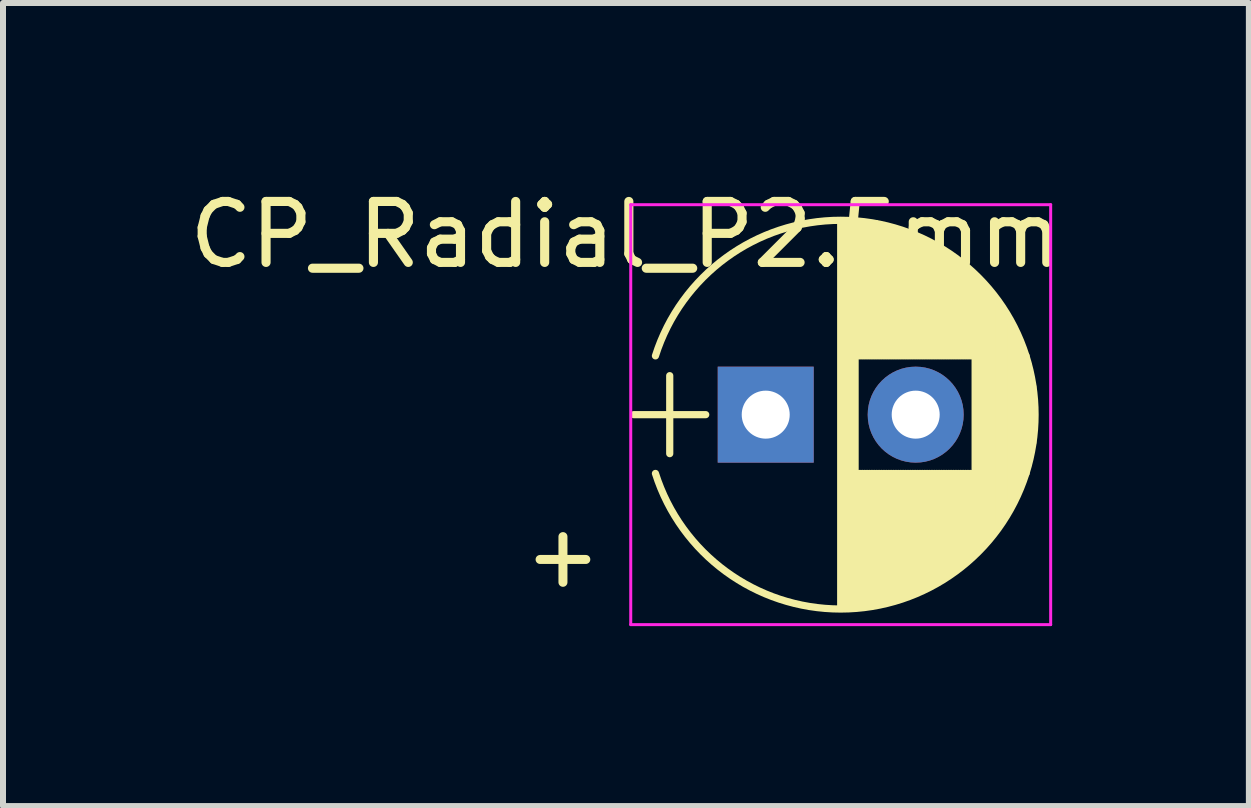
<source format=kicad_pcb>
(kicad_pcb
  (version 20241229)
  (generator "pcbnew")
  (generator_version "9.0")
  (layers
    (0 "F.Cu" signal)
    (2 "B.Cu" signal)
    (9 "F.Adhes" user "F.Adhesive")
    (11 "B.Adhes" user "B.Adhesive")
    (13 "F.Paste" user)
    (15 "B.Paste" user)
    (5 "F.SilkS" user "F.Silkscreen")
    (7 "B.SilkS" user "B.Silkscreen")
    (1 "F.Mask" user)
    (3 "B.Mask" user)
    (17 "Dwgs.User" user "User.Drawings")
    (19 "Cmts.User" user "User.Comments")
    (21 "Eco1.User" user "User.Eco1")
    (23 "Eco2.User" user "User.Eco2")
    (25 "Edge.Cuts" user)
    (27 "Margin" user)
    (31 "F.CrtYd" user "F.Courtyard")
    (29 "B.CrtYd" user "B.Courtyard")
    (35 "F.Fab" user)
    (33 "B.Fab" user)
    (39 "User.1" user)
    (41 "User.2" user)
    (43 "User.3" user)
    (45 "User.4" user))
  (footprint "CP_Radial_P2.5mm"
    (layer "F.Cu")
    (at 9.714 3.862)
    (property "Reference" "CP_Radial_P2.5mm" (at -2.33 -3 0) (layer "F.SilkS") (effects (font (size 1.016 1.016) (thickness 0.152))))
    (attr through_hole)
    (fp_line (start -2.2 0) (end -1 0) (stroke (width 0.12) (type solid)) (layer "F.SilkS"))
    (fp_line (start -1.6 -0.65) (end -1.6 0.65) (stroke (width 0.12) (type solid)) (layer "F.SilkS"))
    (fp_line (start 1.25 -3.2) (end 1.25 3.2) (stroke (width 0.12) (type solid)) (layer "F.SilkS"))
    (fp_line (start 1.29 -3.2) (end 1.29 3.2) (stroke (width 0.12) (type solid)) (layer "F.SilkS"))
    (fp_line (start 1.33 -3.2) (end 1.33 3.2) (stroke (width 0.12) (type solid)) (layer "F.SilkS"))
    (fp_line (start 1.37 -3.198) (end 1.37 3.198) (stroke (width 0.12) (type solid)) (layer "F.SilkS"))
    (fp_line (start 1.41 -3.197) (end 1.41 3.197) (stroke (width 0.12) (type solid)) (layer "F.SilkS"))
    (fp_line (start 1.45 -3.194) (end 1.45 3.194) (stroke (width 0.12) (type solid)) (layer "F.SilkS"))
    (fp_line (start 1.49 -3.192) (end 1.49 3.192) (stroke (width 0.12) (type solid)) (layer "F.SilkS"))
    (fp_line (start 1.53 -3.188) (end 1.53 -0.98) (stroke (width 0.12) (type solid)) (layer "F.SilkS"))
    (fp_line (start 1.53 0.98) (end 1.53 3.188) (stroke (width 0.12) (type solid)) (layer "F.SilkS"))
    (fp_line (start 1.57 -3.185) (end 1.57 -0.98) (stroke (width 0.12) (type solid)) (layer "F.SilkS"))
    (fp_line (start 1.57 0.98) (end 1.57 3.185) (stroke (width 0.12) (type solid)) (layer "F.SilkS"))
    (fp_line (start 1.61 -3.18) (end 1.61 -0.98) (stroke (width 0.12) (type solid)) (layer "F.SilkS"))
    (fp_line (start 1.61 0.98) (end 1.61 3.18) (stroke (width 0.12) (type solid)) (layer "F.SilkS"))
    (fp_line (start 1.65 -3.176) (end 1.65 -0.98) (stroke (width 0.12) (type solid)) (layer "F.SilkS"))
    (fp_line (start 1.65 0.98) (end 1.65 3.176) (stroke (width 0.12) (type solid)) (layer "F.SilkS"))
    (fp_line (start 1.69 -3.17) (end 1.69 -0.98) (stroke (width 0.12) (type solid)) (layer "F.SilkS"))
    (fp_line (start 1.69 0.98) (end 1.69 3.17) (stroke (width 0.12) (type solid)) (layer "F.SilkS"))
    (fp_line (start 1.73 -3.165) (end 1.73 -0.98) (stroke (width 0.12) (type solid)) (layer "F.SilkS"))
    (fp_line (start 1.73 0.98) (end 1.73 3.165) (stroke (width 0.12) (type solid)) (layer "F.SilkS"))
    (fp_line (start 1.77 -3.158) (end 1.77 -0.98) (stroke (width 0.12) (type solid)) (layer "F.SilkS"))
    (fp_line (start 1.77 0.98) (end 1.77 3.158) (stroke (width 0.12) (type solid)) (layer "F.SilkS"))
    (fp_line (start 1.81 -3.152) (end 1.81 -0.98) (stroke (width 0.12) (type solid)) (layer "F.SilkS"))
    (fp_line (start 1.81 0.98) (end 1.81 3.152) (stroke (width 0.12) (type solid)) (layer "F.SilkS"))
    (fp_line (start 1.85 -3.144) (end 1.85 -0.98) (stroke (width 0.12) (type solid)) (layer "F.SilkS"))
    (fp_line (start 1.85 0.98) (end 1.85 3.144) (stroke (width 0.12) (type solid)) (layer "F.SilkS"))
    (fp_line (start 1.89 -3.137) (end 1.89 -0.98) (stroke (width 0.12) (type solid)) (layer "F.SilkS"))
    (fp_line (start 1.89 0.98) (end 1.89 3.137) (stroke (width 0.12) (type solid)) (layer "F.SilkS"))
    (fp_line (start 1.93 -3.128) (end 1.93 -0.98) (stroke (width 0.12) (type solid)) (layer "F.SilkS"))
    (fp_line (start 1.93 0.98) (end 1.93 3.128) (stroke (width 0.12) (type solid)) (layer "F.SilkS"))
    (fp_line (start 1.971 -3.119) (end 1.971 -0.98) (stroke (width 0.12) (type solid)) (layer "F.SilkS"))
    (fp_line (start 1.971 0.98) (end 1.971 3.119) (stroke (width 0.12) (type solid)) (layer "F.SilkS"))
    (fp_line (start 2.011 -3.11) (end 2.011 -0.98) (stroke (width 0.12) (type solid)) (layer "F.SilkS"))
    (fp_line (start 2.011 0.98) (end 2.011 3.11) (stroke (width 0.12) (type solid)) (layer "F.SilkS"))
    (fp_line (start 2.051 -3.1) (end 2.051 -0.98) (stroke (width 0.12) (type solid)) (layer "F.SilkS"))
    (fp_line (start 2.051 0.98) (end 2.051 3.1) (stroke (width 0.12) (type solid)) (layer "F.SilkS"))
    (fp_line (start 2.091 -3.09) (end 2.091 -0.98) (stroke (width 0.12) (type solid)) (layer "F.SilkS"))
    (fp_line (start 2.091 0.98) (end 2.091 3.09) (stroke (width 0.12) (type solid)) (layer "F.SilkS"))
    (fp_line (start 2.131 -3.079) (end 2.131 -0.98) (stroke (width 0.12) (type solid)) (layer "F.SilkS"))
    (fp_line (start 2.131 0.98) (end 2.131 3.079) (stroke (width 0.12) (type solid)) (layer "F.SilkS"))
    (fp_line (start 2.171 -3.067) (end 2.171 -0.98) (stroke (width 0.12) (type solid)) (layer "F.SilkS"))
    (fp_line (start 2.171 0.98) (end 2.171 3.067) (stroke (width 0.12) (type solid)) (layer "F.SilkS"))
    (fp_line (start 2.211 -3.055) (end 2.211 -0.98) (stroke (width 0.12) (type solid)) (layer "F.SilkS"))
    (fp_line (start 2.211 0.98) (end 2.211 3.055) (stroke (width 0.12) (type solid)) (layer "F.SilkS"))
    (fp_line (start 2.251 -3.042) (end 2.251 -0.98) (stroke (width 0.12) (type solid)) (layer "F.SilkS"))
    (fp_line (start 2.251 0.98) (end 2.251 3.042) (stroke (width 0.12) (type solid)) (layer "F.SilkS"))
    (fp_line (start 2.291 -3.029) (end 2.291 -0.98) (stroke (width 0.12) (type solid)) (layer "F.SilkS"))
    (fp_line (start 2.291 0.98) (end 2.291 3.029) (stroke (width 0.12) (type solid)) (layer "F.SilkS"))
    (fp_line (start 2.331 -3.015) (end 2.331 -0.98) (stroke (width 0.12) (type solid)) (layer "F.SilkS"))
    (fp_line (start 2.331 0.98) (end 2.331 3.015) (stroke (width 0.12) (type solid)) (layer "F.SilkS"))
    (fp_line (start 2.371 -3.001) (end 2.371 -0.98) (stroke (width 0.12) (type solid)) (layer "F.SilkS"))
    (fp_line (start 2.371 0.98) (end 2.371 3.001) (stroke (width 0.12) (type solid)) (layer "F.SilkS"))
    (fp_line (start 2.411 -2.986) (end 2.411 -0.98) (stroke (width 0.12) (type solid)) (layer "F.SilkS"))
    (fp_line (start 2.411 0.98) (end 2.411 2.986) (stroke (width 0.12) (type solid)) (layer "F.SilkS"))
    (fp_line (start 2.451 -2.97) (end 2.451 -0.98) (stroke (width 0.12) (type solid)) (layer "F.SilkS"))
    (fp_line (start 2.451 0.98) (end 2.451 2.97) (stroke (width 0.12) (type solid)) (layer "F.SilkS"))
    (fp_line (start 2.491 -2.954) (end 2.491 -0.98) (stroke (width 0.12) (type solid)) (layer "F.SilkS"))
    (fp_line (start 2.491 0.98) (end 2.491 2.954) (stroke (width 0.12) (type solid)) (layer "F.SilkS"))
    (fp_line (start 2.531 -2.937) (end 2.531 -0.98) (stroke (width 0.12) (type solid)) (layer "F.SilkS"))
    (fp_line (start 2.531 0.98) (end 2.531 2.937) (stroke (width 0.12) (type solid)) (layer "F.SilkS"))
    (fp_line (start 2.571 -2.919) (end 2.571 -0.98) (stroke (width 0.12) (type solid)) (layer "F.SilkS"))
    (fp_line (start 2.571 0.98) (end 2.571 2.919) (stroke (width 0.12) (type solid)) (layer "F.SilkS"))
    (fp_line (start 2.611 -2.901) (end 2.611 -0.98) (stroke (width 0.12) (type solid)) (layer "F.SilkS"))
    (fp_line (start 2.611 0.98) (end 2.611 2.901) (stroke (width 0.12) (type solid)) (layer "F.SilkS"))
    (fp_line (start 2.651 -2.882) (end 2.651 -0.98) (stroke (width 0.12) (type solid)) (layer "F.SilkS"))
    (fp_line (start 2.651 0.98) (end 2.651 2.882) (stroke (width 0.12) (type solid)) (layer "F.SilkS"))
    (fp_line (start 2.691 -2.863) (end 2.691 -0.98) (stroke (width 0.12) (type solid)) (layer "F.SilkS"))
    (fp_line (start 2.691 0.98) (end 2.691 2.863) (stroke (width 0.12) (type solid)) (layer "F.SilkS"))
    (fp_line (start 2.731 -2.843) (end 2.731 -0.98) (stroke (width 0.12) (type solid)) (layer "F.SilkS"))
    (fp_line (start 2.731 0.98) (end 2.731 2.843) (stroke (width 0.12) (type solid)) (layer "F.SilkS"))
    (fp_line (start 2.771 -2.822) (end 2.771 -0.98) (stroke (width 0.12) (type solid)) (layer "F.SilkS"))
    (fp_line (start 2.771 0.98) (end 2.771 2.822) (stroke (width 0.12) (type solid)) (layer "F.SilkS"))
    (fp_line (start 2.811 -2.8) (end 2.811 -0.98) (stroke (width 0.12) (type solid)) (layer "F.SilkS"))
    (fp_line (start 2.811 0.98) (end 2.811 2.8) (stroke (width 0.12) (type solid)) (layer "F.SilkS"))
    (fp_line (start 2.851 -2.778) (end 2.851 -0.98) (stroke (width 0.12) (type solid)) (layer "F.SilkS"))
    (fp_line (start 2.851 0.98) (end 2.851 2.778) (stroke (width 0.12) (type solid)) (layer "F.SilkS"))
    (fp_line (start 2.891 -2.755) (end 2.891 -0.98) (stroke (width 0.12) (type solid)) (layer "F.SilkS"))
    (fp_line (start 2.891 0.98) (end 2.891 2.755) (stroke (width 0.12) (type solid)) (layer "F.SilkS"))
    (fp_line (start 2.931 -2.731) (end 2.931 -0.98) (stroke (width 0.12) (type solid)) (layer "F.SilkS"))
    (fp_line (start 2.931 0.98) (end 2.931 2.731) (stroke (width 0.12) (type solid)) (layer "F.SilkS"))
    (fp_line (start 2.971 -2.706) (end 2.971 -0.98) (stroke (width 0.12) (type solid)) (layer "F.SilkS"))
    (fp_line (start 2.971 0.98) (end 2.971 2.706) (stroke (width 0.12) (type solid)) (layer "F.SilkS"))
    (fp_line (start 3.011 -2.681) (end 3.011 -0.98) (stroke (width 0.12) (type solid)) (layer "F.SilkS"))
    (fp_line (start 3.011 0.98) (end 3.011 2.681) (stroke (width 0.12) (type solid)) (layer "F.SilkS"))
    (fp_line (start 3.051 -2.654) (end 3.051 -0.98) (stroke (width 0.12) (type solid)) (layer "F.SilkS"))
    (fp_line (start 3.051 0.98) (end 3.051 2.654) (stroke (width 0.12) (type solid)) (layer "F.SilkS"))
    (fp_line (start 3.091 -2.627) (end 3.091 -0.98) (stroke (width 0.12) (type solid)) (layer "F.SilkS"))
    (fp_line (start 3.091 0.98) (end 3.091 2.627) (stroke (width 0.12) (type solid)) (layer "F.SilkS"))
    (fp_line (start 3.131 -2.599) (end 3.131 -0.98) (stroke (width 0.12) (type solid)) (layer "F.SilkS"))
    (fp_line (start 3.131 0.98) (end 3.131 2.599) (stroke (width 0.12) (type solid)) (layer "F.SilkS"))
    (fp_line (start 3.171 -2.57) (end 3.171 -0.98) (stroke (width 0.12) (type solid)) (layer "F.SilkS"))
    (fp_line (start 3.171 0.98) (end 3.171 2.57) (stroke (width 0.12) (type solid)) (layer "F.SilkS"))
    (fp_line (start 3.211 -2.54) (end 3.211 -0.98) (stroke (width 0.12) (type solid)) (layer "F.SilkS"))
    (fp_line (start 3.211 0.98) (end 3.211 2.54) (stroke (width 0.12) (type solid)) (layer "F.SilkS"))
    (fp_line (start 3.251 -2.51) (end 3.251 -0.98) (stroke (width 0.12) (type solid)) (layer "F.SilkS"))
    (fp_line (start 3.251 0.98) (end 3.251 2.51) (stroke (width 0.12) (type solid)) (layer "F.SilkS"))
    (fp_line (start 3.291 -2.478) (end 3.291 -0.98) (stroke (width 0.12) (type solid)) (layer "F.SilkS"))
    (fp_line (start 3.291 0.98) (end 3.291 2.478) (stroke (width 0.12) (type solid)) (layer "F.SilkS"))
    (fp_line (start 3.331 -2.445) (end 3.331 -0.98) (stroke (width 0.12) (type solid)) (layer "F.SilkS"))
    (fp_line (start 3.331 0.98) (end 3.331 2.445) (stroke (width 0.12) (type solid)) (layer "F.SilkS"))
    (fp_line (start 3.371 -2.411) (end 3.371 -0.98) (stroke (width 0.12) (type solid)) (layer "F.SilkS"))
    (fp_line (start 3.371 0.98) (end 3.371 2.411) (stroke (width 0.12) (type solid)) (layer "F.SilkS"))
    (fp_line (start 3.411 -2.375) (end 3.411 -0.98) (stroke (width 0.12) (type solid)) (layer "F.SilkS"))
    (fp_line (start 3.411 0.98) (end 3.411 2.375) (stroke (width 0.12) (type solid)) (layer "F.SilkS"))
    (fp_line (start 3.451 -2.339) (end 3.451 -0.98) (stroke (width 0.12) (type solid)) (layer "F.SilkS"))
    (fp_line (start 3.451 0.98) (end 3.451 2.339) (stroke (width 0.12) (type solid)) (layer "F.SilkS"))
    (fp_line (start 3.491 -2.301) (end 3.491 2.301) (stroke (width 0.12) (type solid)) (layer "F.SilkS"))
    (fp_line (start 3.531 -2.262) (end 3.531 2.262) (stroke (width 0.12) (type solid)) (layer "F.SilkS"))
    (fp_line (start 3.571 -2.222) (end 3.571 2.222) (stroke (width 0.12) (type solid)) (layer "F.SilkS"))
    (fp_line (start 3.611 -2.18) (end 3.611 2.18) (stroke (width 0.12) (type solid)) (layer "F.SilkS"))
    (fp_line (start 3.651 -2.137) (end 3.651 2.137) (stroke (width 0.12) (type solid)) (layer "F.SilkS"))
    (fp_line (start 3.691 -2.092) (end 3.691 2.092) (stroke (width 0.12) (type solid)) (layer "F.SilkS"))
    (fp_line (start 3.731 -2.045) (end 3.731 2.045) (stroke (width 0.12) (type solid)) (layer "F.SilkS"))
    (fp_line (start 3.771 -1.997) (end 3.771 1.997) (stroke (width 0.12) (type solid)) (layer "F.SilkS"))
    (fp_line (start 3.811 -1.946) (end 3.811 1.946) (stroke (width 0.12) (type solid)) (layer "F.SilkS"))
    (fp_line (start 3.851 -1.894) (end 3.851 1.894) (stroke (width 0.12) (type solid)) (layer "F.SilkS"))
    (fp_line (start 3.891 -1.839) (end 3.891 1.839) (stroke (width 0.12) (type solid)) (layer "F.SilkS"))
    (fp_line (start 3.931 -1.781) (end 3.931 1.781) (stroke (width 0.12) (type solid)) (layer "F.SilkS"))
    (fp_line (start 3.971 -1.721) (end 3.971 1.721) (stroke (width 0.12) (type solid)) (layer "F.SilkS"))
    (fp_line (start 4.011 -1.658) (end 4.011 1.658) (stroke (width 0.12) (type solid)) (layer "F.SilkS"))
    (fp_line (start 4.051 -1.591) (end 4.051 1.591) (stroke (width 0.12) (type solid)) (layer "F.SilkS"))
    (fp_line (start 4.091 -1.52) (end 4.091 1.52) (stroke (width 0.12) (type solid)) (layer "F.SilkS"))
    (fp_line (start 4.131 -1.445) (end 4.131 1.445) (stroke (width 0.12) (type solid)) (layer "F.SilkS"))
    (fp_line (start 4.171 -1.364) (end 4.171 1.364) (stroke (width 0.12) (type solid)) (layer "F.SilkS"))
    (fp_line (start 4.211 -1.278) (end 4.211 1.278) (stroke (width 0.12) (type solid)) (layer "F.SilkS"))
    (fp_line (start 4.251 -1.184) (end 4.251 1.184) (stroke (width 0.12) (type solid)) (layer "F.SilkS"))
    (fp_line (start 4.291 -1.081) (end 4.291 1.081) (stroke (width 0.12) (type solid)) (layer "F.SilkS"))
    (fp_line (start 4.331 -0.966) (end 4.331 0.966) (stroke (width 0.12) (type solid)) (layer "F.SilkS"))
    (fp_line (start 4.371 -0.834) (end 4.371 0.834) (stroke (width 0.12) (type solid)) (layer "F.SilkS"))
    (fp_line (start 4.411 -0.676) (end 4.411 0.676) (stroke (width 0.12) (type solid)) (layer "F.SilkS"))
    (fp_line (start 4.451 -0.468) (end 4.451 0.468) (stroke (width 0.12) (type solid)) (layer "F.SilkS"))
    (fp_arc (start -1.838236 -0.98) (mid 1.250337 -3.24) (end 4.33844 -0.979357) (stroke (width 0.12) (type solid)) (layer "F.SilkS"))
    (fp_arc (start 4.338236 -0.98) (mid 4.49 -0.000337) (end 4.33844 0.979357) (stroke (width 0.12) (type solid)) (layer "F.SilkS"))
    (fp_arc (start 4.33844 0.979357) (mid 1.250337 3.24) (end -1.838236 0.98) (stroke (width 0.12) (type solid)) (layer "F.SilkS"))
    (fp_line (start -2.25 -3.5) (end -2.25 3.5) (stroke (width 0.05) (type solid)) (layer "F.CrtYd"))
    (fp_line (start -2.25 3.5) (end 4.75 3.5) (stroke (width 0.05) (type solid)) (layer "F.CrtYd"))
    (fp_line (start 4.75 -3.5) (end -2.25 -3.5) (stroke (width 0.05) (type solid)) (layer "F.CrtYd"))
    (fp_line (start 4.75 3.5) (end 4.75 -3.5) (stroke (width 0.05) (type solid)) (layer "F.CrtYd"))
    (fp_text user "+" (at -3.38 2.34 180) (layer "F.SilkS") (effects (font (size 1 1) (thickness 0.15))))
    (pad "1" thru_hole rect (at 0 0) (size 1.6 1.6) (drill 0.8) (layers "*.Cu" "*.Mask"))
    (pad "2" thru_hole circle (at 2.5 0) (size 1.6 1.6) (drill 0.8) (layers "*.Cu" "*.Mask")))
  (gr_rect
    (start -3 -3)
    (end 17.768 10.387)
    (stroke (width 0.1) (type default))
    (fill no)
    (layer "Edge.Cuts")))
</source>
